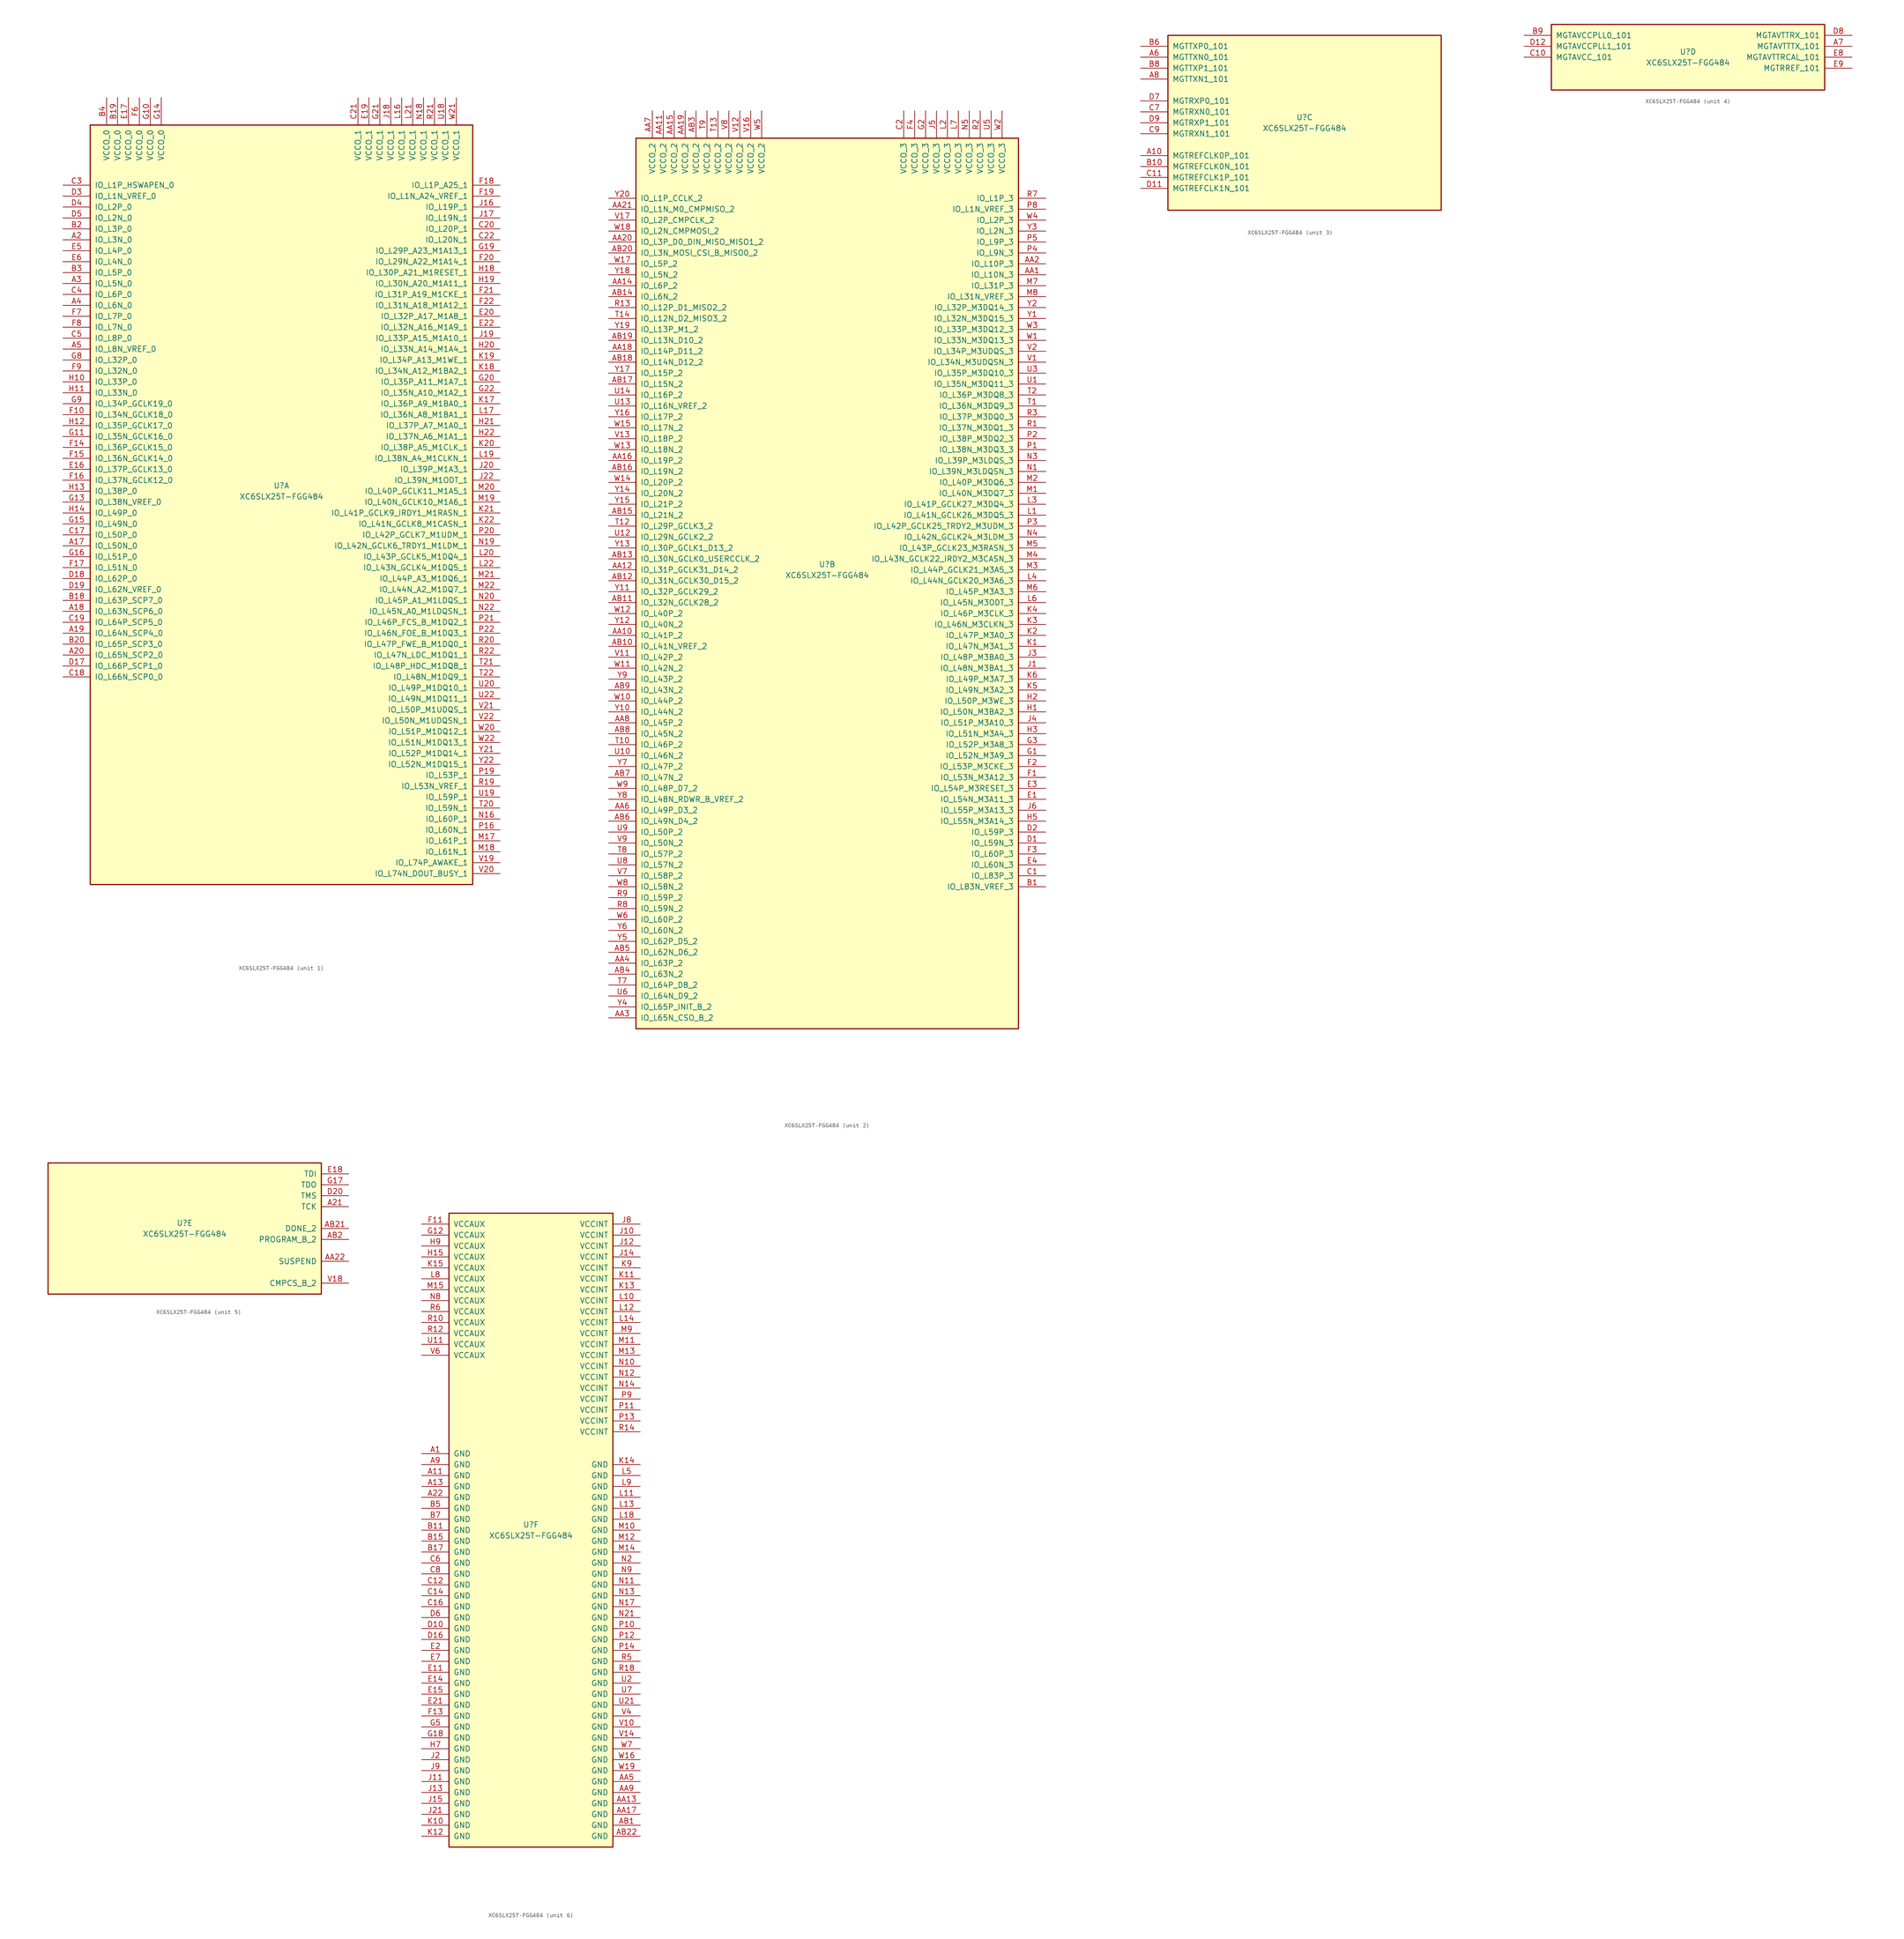
<source format=kicad_sym>
(kicad_symbol_lib
  (version 20220914)
  (generator kicad_symbol_editor)
  (symbol "XC6SLX25T-FGG484"
    (pin_names
      (offset 1.016))
    (property "Reference" "U"
      (at 0 1.27 0)
      (effects (font (size 1.27 1.27))))
    (property "Value" "XC6SLX25T-FGG484"
      (at 0 -1.27 0)
      (effects (font (size 1.27 1.27))))
    (property "Datasheet" ""
      (at 0 0 0)
      (effects (font (size 1.27 1.27))))
    (property "ki_locked" ""
      (at 0 0 0)
      (effects (font (size 1.27 1.27))))
    (symbol "XC6SLX25T-FGG484_1_1"
      (rectangle (start -44.45 85.09) (end 44.45 -91.44) (stroke (width 0.254) (type default)) (fill (type background)))
      (pin bidirectional line (at -50.8 -12.7 0) (length 6.35) (name "IO_L50N_0" (effects (font (size 1.27 1.27)))) (number "A17" (effects (font (size 1.27 1.27)))))
      (pin bidirectional line (at -50.8 -27.94 0) (length 6.35) (name "IO_L63N_SCP6_0" (effects (font (size 1.27 1.27)))) (number "A18" (effects (font (size 1.27 1.27)))))
      (pin bidirectional line (at -50.8 -33.02 0) (length 6.35) (name "IO_L64N_SCP4_0" (effects (font (size 1.27 1.27)))) (number "A19" (effects (font (size 1.27 1.27)))))
      (pin bidirectional line (at -50.8 58.42 0) (length 6.35) (name "IO_L3N_0" (effects (font (size 1.27 1.27)))) (number "A2" (effects (font (size 1.27 1.27)))))
      (pin bidirectional line (at -50.8 -38.1 0) (length 6.35) (name "IO_L65N_SCP2_0" (effects (font (size 1.27 1.27)))) (number "A20" (effects (font (size 1.27 1.27)))))
      (pin bidirectional line (at -50.8 48.26 0) (length 6.35) (name "IO_L5N_0" (effects (font (size 1.27 1.27)))) (number "A3" (effects (font (size 1.27 1.27)))))
      (pin bidirectional line (at -50.8 43.18 0) (length 6.35) (name "IO_L6N_0" (effects (font (size 1.27 1.27)))) (number "A4" (effects (font (size 1.27 1.27)))))
      (pin bidirectional line (at -50.8 33.02 0) (length 6.35) (name "IO_L8N_VREF_0" (effects (font (size 1.27 1.27)))) (number "A5" (effects (font (size 1.27 1.27)))))
      (pin bidirectional line (at -50.8 -25.4 0) (length 6.35) (name "IO_L63P_SCP7_0" (effects (font (size 1.27 1.27)))) (number "B18" (effects (font (size 1.27 1.27)))))
      (pin power_in line (at -38.1 91.44 270) (length 6.35) (name "VCCO_0" (effects (font (size 1.27 1.27)))) (number "B19" (effects (font (size 1.27 1.27)))))
      (pin bidirectional line (at -50.8 60.96 0) (length 6.35) (name "IO_L3P_0" (effects (font (size 1.27 1.27)))) (number "B2" (effects (font (size 1.27 1.27)))))
      (pin bidirectional line (at -50.8 -35.56 0) (length 6.35) (name "IO_L65P_SCP3_0" (effects (font (size 1.27 1.27)))) (number "B20" (effects (font (size 1.27 1.27)))))
      (pin bidirectional line (at -50.8 50.8 0) (length 6.35) (name "IO_L5P_0" (effects (font (size 1.27 1.27)))) (number "B3" (effects (font (size 1.27 1.27)))))
      (pin power_in line (at -40.64 91.44 270) (length 6.35) (name "VCCO_0" (effects (font (size 1.27 1.27)))) (number "B4" (effects (font (size 1.27 1.27)))))
      (pin bidirectional line (at -50.8 -10.16 0) (length 6.35) (name "IO_L50P_0" (effects (font (size 1.27 1.27)))) (number "C17" (effects (font (size 1.27 1.27)))))
      (pin bidirectional line (at -50.8 -43.18 0) (length 6.35) (name "IO_L66N_SCP0_0" (effects (font (size 1.27 1.27)))) (number "C18" (effects (font (size 1.27 1.27)))))
      (pin bidirectional line (at -50.8 -30.48 0) (length 6.35) (name "IO_L64P_SCP5_0" (effects (font (size 1.27 1.27)))) (number "C19" (effects (font (size 1.27 1.27)))))
      (pin bidirectional line (at 50.8 60.96 180) (length 6.35) (name "IO_L20P_1" (effects (font (size 1.27 1.27)))) (number "C20" (effects (font (size 1.27 1.27)))))
      (pin power_in line (at 17.78 91.44 270) (length 6.35) (name "VCCO_1" (effects (font (size 1.27 1.27)))) (number "C21" (effects (font (size 1.27 1.27)))))
      (pin bidirectional line (at 50.8 58.42 180) (length 6.35) (name "IO_L20N_1" (effects (font (size 1.27 1.27)))) (number "C22" (effects (font (size 1.27 1.27)))))
      (pin bidirectional line (at -50.8 71.12 0) (length 6.35) (name "IO_L1P_HSWAPEN_0" (effects (font (size 1.27 1.27)))) (number "C3" (effects (font (size 1.27 1.27)))))
      (pin bidirectional line (at -50.8 45.72 0) (length 6.35) (name "IO_L6P_0" (effects (font (size 1.27 1.27)))) (number "C4" (effects (font (size 1.27 1.27)))))
      (pin bidirectional line (at -50.8 35.56 0) (length 6.35) (name "IO_L8P_0" (effects (font (size 1.27 1.27)))) (number "C5" (effects (font (size 1.27 1.27)))))
      (pin bidirectional line (at -50.8 -40.64 0) (length 6.35) (name "IO_L66P_SCP1_0" (effects (font (size 1.27 1.27)))) (number "D17" (effects (font (size 1.27 1.27)))))
      (pin bidirectional line (at -50.8 -20.32 0) (length 6.35) (name "IO_L62P_0" (effects (font (size 1.27 1.27)))) (number "D18" (effects (font (size 1.27 1.27)))))
      (pin bidirectional line (at -50.8 -22.86 0) (length 6.35) (name "IO_L62N_VREF_0" (effects (font (size 1.27 1.27)))) (number "D19" (effects (font (size 1.27 1.27)))))
      (pin bidirectional line (at -50.8 68.58 0) (length 6.35) (name "IO_L1N_VREF_0" (effects (font (size 1.27 1.27)))) (number "D3" (effects (font (size 1.27 1.27)))))
      (pin bidirectional line (at -50.8 66.04 0) (length 6.35) (name "IO_L2P_0" (effects (font (size 1.27 1.27)))) (number "D4" (effects (font (size 1.27 1.27)))))
      (pin bidirectional line (at -50.8 63.5 0) (length 6.35) (name "IO_L2N_0" (effects (font (size 1.27 1.27)))) (number "D5" (effects (font (size 1.27 1.27)))))
      (pin bidirectional line (at -50.8 5.08 0) (length 6.35) (name "IO_L37P_GCLK13_0" (effects (font (size 1.27 1.27)))) (number "E16" (effects (font (size 1.27 1.27)))))
      (pin power_in line (at -35.56 91.44 270) (length 6.35) (name "VCCO_0" (effects (font (size 1.27 1.27)))) (number "E17" (effects (font (size 1.27 1.27)))))
      (pin power_in line (at 20.32 91.44 270) (length 6.35) (name "VCCO_1" (effects (font (size 1.27 1.27)))) (number "E19" (effects (font (size 1.27 1.27)))))
      (pin bidirectional line (at 50.8 40.64 180) (length 6.35) (name "IO_L32P_A17_M1A8_1" (effects (font (size 1.27 1.27)))) (number "E20" (effects (font (size 1.27 1.27)))))
      (pin bidirectional line (at 50.8 38.1 180) (length 6.35) (name "IO_L32N_A16_M1A9_1" (effects (font (size 1.27 1.27)))) (number "E22" (effects (font (size 1.27 1.27)))))
      (pin bidirectional line (at -50.8 55.88 0) (length 6.35) (name "IO_L4P_0" (effects (font (size 1.27 1.27)))) (number "E5" (effects (font (size 1.27 1.27)))))
      (pin bidirectional line (at -50.8 53.34 0) (length 6.35) (name "IO_L4N_0" (effects (font (size 1.27 1.27)))) (number "E6" (effects (font (size 1.27 1.27)))))
      (pin bidirectional line (at -50.8 17.78 0) (length 6.35) (name "IO_L34N_GCLK18_0" (effects (font (size 1.27 1.27)))) (number "F10" (effects (font (size 1.27 1.27)))))
      (pin bidirectional line (at -50.8 10.16 0) (length 6.35) (name "IO_L36P_GCLK15_0" (effects (font (size 1.27 1.27)))) (number "F14" (effects (font (size 1.27 1.27)))))
      (pin bidirectional line (at -50.8 7.62 0) (length 6.35) (name "IO_L36N_GCLK14_0" (effects (font (size 1.27 1.27)))) (number "F15" (effects (font (size 1.27 1.27)))))
      (pin bidirectional line (at -50.8 2.54 0) (length 6.35) (name "IO_L37N_GCLK12_0" (effects (font (size 1.27 1.27)))) (number "F16" (effects (font (size 1.27 1.27)))))
      (pin bidirectional line (at -50.8 -17.78 0) (length 6.35) (name "IO_L51N_0" (effects (font (size 1.27 1.27)))) (number "F17" (effects (font (size 1.27 1.27)))))
      (pin bidirectional line (at 50.8 71.12 180) (length 6.35) (name "IO_L1P_A25_1" (effects (font (size 1.27 1.27)))) (number "F18" (effects (font (size 1.27 1.27)))))
      (pin bidirectional line (at 50.8 68.58 180) (length 6.35) (name "IO_L1N_A24_VREF_1" (effects (font (size 1.27 1.27)))) (number "F19" (effects (font (size 1.27 1.27)))))
      (pin bidirectional line (at 50.8 53.34 180) (length 6.35) (name "IO_L29N_A22_M1A14_1" (effects (font (size 1.27 1.27)))) (number "F20" (effects (font (size 1.27 1.27)))))
      (pin bidirectional line (at 50.8 45.72 180) (length 6.35) (name "IO_L31P_A19_M1CKE_1" (effects (font (size 1.27 1.27)))) (number "F21" (effects (font (size 1.27 1.27)))))
      (pin bidirectional line (at 50.8 43.18 180) (length 6.35) (name "IO_L31N_A18_M1A12_1" (effects (font (size 1.27 1.27)))) (number "F22" (effects (font (size 1.27 1.27)))))
      (pin power_in line (at -33.02 91.44 270) (length 6.35) (name "VCCO_0" (effects (font (size 1.27 1.27)))) (number "F6" (effects (font (size 1.27 1.27)))))
      (pin bidirectional line (at -50.8 40.64 0) (length 6.35) (name "IO_L7P_0" (effects (font (size 1.27 1.27)))) (number "F7" (effects (font (size 1.27 1.27)))))
      (pin bidirectional line (at -50.8 38.1 0) (length 6.35) (name "IO_L7N_0" (effects (font (size 1.27 1.27)))) (number "F8" (effects (font (size 1.27 1.27)))))
      (pin bidirectional line (at -50.8 27.94 0) (length 6.35) (name "IO_L32N_0" (effects (font (size 1.27 1.27)))) (number "F9" (effects (font (size 1.27 1.27)))))
      (pin power_in line (at -30.48 91.44 270) (length 6.35) (name "VCCO_0" (effects (font (size 1.27 1.27)))) (number "G10" (effects (font (size 1.27 1.27)))))
      (pin bidirectional line (at -50.8 12.7 0) (length 6.35) (name "IO_L35N_GCLK16_0" (effects (font (size 1.27 1.27)))) (number "G11" (effects (font (size 1.27 1.27)))))
      (pin bidirectional line (at -50.8 -2.54 0) (length 6.35) (name "IO_L38N_VREF_0" (effects (font (size 1.27 1.27)))) (number "G13" (effects (font (size 1.27 1.27)))))
      (pin power_in line (at -27.94 91.44 270) (length 6.35) (name "VCCO_0" (effects (font (size 1.27 1.27)))) (number "G14" (effects (font (size 1.27 1.27)))))
      (pin bidirectional line (at -50.8 -7.62 0) (length 6.35) (name "IO_L49N_0" (effects (font (size 1.27 1.27)))) (number "G15" (effects (font (size 1.27 1.27)))))
      (pin bidirectional line (at -50.8 -15.24 0) (length 6.35) (name "IO_L51P_0" (effects (font (size 1.27 1.27)))) (number "G16" (effects (font (size 1.27 1.27)))))
      (pin bidirectional line (at 50.8 55.88 180) (length 6.35) (name "IO_L29P_A23_M1A13_1" (effects (font (size 1.27 1.27)))) (number "G19" (effects (font (size 1.27 1.27)))))
      (pin bidirectional line (at 50.8 25.4 180) (length 6.35) (name "IO_L35P_A11_M1A7_1" (effects (font (size 1.27 1.27)))) (number "G20" (effects (font (size 1.27 1.27)))))
      (pin power_in line (at 22.86 91.44 270) (length 6.35) (name "VCCO_1" (effects (font (size 1.27 1.27)))) (number "G21" (effects (font (size 1.27 1.27)))))
      (pin bidirectional line (at 50.8 22.86 180) (length 6.35) (name "IO_L35N_A10_M1A2_1" (effects (font (size 1.27 1.27)))) (number "G22" (effects (font (size 1.27 1.27)))))
      (pin bidirectional line (at -50.8 30.48 0) (length 6.35) (name "IO_L32P_0" (effects (font (size 1.27 1.27)))) (number "G8" (effects (font (size 1.27 1.27)))))
      (pin bidirectional line (at -50.8 20.32 0) (length 6.35) (name "IO_L34P_GCLK19_0" (effects (font (size 1.27 1.27)))) (number "G9" (effects (font (size 1.27 1.27)))))
      (pin bidirectional line (at -50.8 25.4 0) (length 6.35) (name "IO_L33P_0" (effects (font (size 1.27 1.27)))) (number "H10" (effects (font (size 1.27 1.27)))))
      (pin bidirectional line (at -50.8 22.86 0) (length 6.35) (name "IO_L33N_0" (effects (font (size 1.27 1.27)))) (number "H11" (effects (font (size 1.27 1.27)))))
      (pin bidirectional line (at -50.8 15.24 0) (length 6.35) (name "IO_L35P_GCLK17_0" (effects (font (size 1.27 1.27)))) (number "H12" (effects (font (size 1.27 1.27)))))
      (pin bidirectional line (at -50.8 0 0) (length 6.35) (name "IO_L38P_0" (effects (font (size 1.27 1.27)))) (number "H13" (effects (font (size 1.27 1.27)))))
      (pin bidirectional line (at -50.8 -5.08 0) (length 6.35) (name "IO_L49P_0" (effects (font (size 1.27 1.27)))) (number "H14" (effects (font (size 1.27 1.27)))))
      (pin bidirectional line (at 50.8 50.8 180) (length 6.35) (name "IO_L30P_A21_M1RESET_1" (effects (font (size 1.27 1.27)))) (number "H18" (effects (font (size 1.27 1.27)))))
      (pin bidirectional line (at 50.8 48.26 180) (length 6.35) (name "IO_L30N_A20_M1A11_1" (effects (font (size 1.27 1.27)))) (number "H19" (effects (font (size 1.27 1.27)))))
      (pin bidirectional line (at 50.8 33.02 180) (length 6.35) (name "IO_L33N_A14_M1A4_1" (effects (font (size 1.27 1.27)))) (number "H20" (effects (font (size 1.27 1.27)))))
      (pin bidirectional line (at 50.8 15.24 180) (length 6.35) (name "IO_L37P_A7_M1A0_1" (effects (font (size 1.27 1.27)))) (number "H21" (effects (font (size 1.27 1.27)))))
      (pin bidirectional line (at 50.8 12.7 180) (length 6.35) (name "IO_L37N_A6_M1A1_1" (effects (font (size 1.27 1.27)))) (number "H22" (effects (font (size 1.27 1.27)))))
      (pin bidirectional line (at 50.8 66.04 180) (length 6.35) (name "IO_L19P_1" (effects (font (size 1.27 1.27)))) (number "J16" (effects (font (size 1.27 1.27)))))
      (pin bidirectional line (at 50.8 63.5 180) (length 6.35) (name "IO_L19N_1" (effects (font (size 1.27 1.27)))) (number "J17" (effects (font (size 1.27 1.27)))))
      (pin power_in line (at 25.4 91.44 270) (length 6.35) (name "VCCO_1" (effects (font (size 1.27 1.27)))) (number "J18" (effects (font (size 1.27 1.27)))))
      (pin bidirectional line (at 50.8 35.56 180) (length 6.35) (name "IO_L33P_A15_M1A10_1" (effects (font (size 1.27 1.27)))) (number "J19" (effects (font (size 1.27 1.27)))))
      (pin bidirectional line (at 50.8 5.08 180) (length 6.35) (name "IO_L39P_M1A3_1" (effects (font (size 1.27 1.27)))) (number "J20" (effects (font (size 1.27 1.27)))))
      (pin bidirectional line (at 50.8 2.54 180) (length 6.35) (name "IO_L39N_M1ODT_1" (effects (font (size 1.27 1.27)))) (number "J22" (effects (font (size 1.27 1.27)))))
      (pin bidirectional line (at 50.8 20.32 180) (length 6.35) (name "IO_L36P_A9_M1BA0_1" (effects (font (size 1.27 1.27)))) (number "K17" (effects (font (size 1.27 1.27)))))
      (pin bidirectional line (at 50.8 27.94 180) (length 6.35) (name "IO_L34N_A12_M1BA2_1" (effects (font (size 1.27 1.27)))) (number "K18" (effects (font (size 1.27 1.27)))))
      (pin bidirectional line (at 50.8 30.48 180) (length 6.35) (name "IO_L34P_A13_M1WE_1" (effects (font (size 1.27 1.27)))) (number "K19" (effects (font (size 1.27 1.27)))))
      (pin bidirectional line (at 50.8 10.16 180) (length 6.35) (name "IO_L38P_A5_M1CLK_1" (effects (font (size 1.27 1.27)))) (number "K20" (effects (font (size 1.27 1.27)))))
      (pin bidirectional line (at 50.8 -5.08 180) (length 6.35) (name "IO_L41P_GCLK9_IRDY1_M1RASN_1" (effects (font (size 1.27 1.27)))) (number "K21" (effects (font (size 1.27 1.27)))))
      (pin bidirectional line (at 50.8 -7.62 180) (length 6.35) (name "IO_L41N_GCLK8_M1CASN_1" (effects (font (size 1.27 1.27)))) (number "K22" (effects (font (size 1.27 1.27)))))
      (pin power_in line (at 27.94 91.44 270) (length 6.35) (name "VCCO_1" (effects (font (size 1.27 1.27)))) (number "L16" (effects (font (size 1.27 1.27)))))
      (pin bidirectional line (at 50.8 17.78 180) (length 6.35) (name "IO_L36N_A8_M1BA1_1" (effects (font (size 1.27 1.27)))) (number "L17" (effects (font (size 1.27 1.27)))))
      (pin bidirectional line (at 50.8 7.62 180) (length 6.35) (name "IO_L38N_A4_M1CLKN_1" (effects (font (size 1.27 1.27)))) (number "L19" (effects (font (size 1.27 1.27)))))
      (pin bidirectional line (at 50.8 -15.24 180) (length 6.35) (name "IO_L43P_GCLK5_M1DQ4_1" (effects (font (size 1.27 1.27)))) (number "L20" (effects (font (size 1.27 1.27)))))
      (pin power_in line (at 30.48 91.44 270) (length 6.35) (name "VCCO_1" (effects (font (size 1.27 1.27)))) (number "L21" (effects (font (size 1.27 1.27)))))
      (pin bidirectional line (at 50.8 -17.78 180) (length 6.35) (name "IO_L43N_GCLK4_M1DQ5_1" (effects (font (size 1.27 1.27)))) (number "L22" (effects (font (size 1.27 1.27)))))
      (pin bidirectional line (at 50.8 -81.28 180) (length 6.35) (name "IO_L61P_1" (effects (font (size 1.27 1.27)))) (number "M17" (effects (font (size 1.27 1.27)))))
      (pin bidirectional line (at 50.8 -83.82 180) (length 6.35) (name "IO_L61N_1" (effects (font (size 1.27 1.27)))) (number "M18" (effects (font (size 1.27 1.27)))))
      (pin bidirectional line (at 50.8 -2.54 180) (length 6.35) (name "IO_L40N_GCLK10_M1A6_1" (effects (font (size 1.27 1.27)))) (number "M19" (effects (font (size 1.27 1.27)))))
      (pin bidirectional line (at 50.8 0 180) (length 6.35) (name "IO_L40P_GCLK11_M1A5_1" (effects (font (size 1.27 1.27)))) (number "M20" (effects (font (size 1.27 1.27)))))
      (pin bidirectional line (at 50.8 -20.32 180) (length 6.35) (name "IO_L44P_A3_M1DQ6_1" (effects (font (size 1.27 1.27)))) (number "M21" (effects (font (size 1.27 1.27)))))
      (pin bidirectional line (at 50.8 -22.86 180) (length 6.35) (name "IO_L44N_A2_M1DQ7_1" (effects (font (size 1.27 1.27)))) (number "M22" (effects (font (size 1.27 1.27)))))
      (pin bidirectional line (at 50.8 -76.2 180) (length 6.35) (name "IO_L60P_1" (effects (font (size 1.27 1.27)))) (number "N16" (effects (font (size 1.27 1.27)))))
      (pin power_in line (at 33.02 91.44 270) (length 6.35) (name "VCCO_1" (effects (font (size 1.27 1.27)))) (number "N18" (effects (font (size 1.27 1.27)))))
      (pin bidirectional line (at 50.8 -12.7 180) (length 6.35) (name "IO_L42N_GCLK6_TRDY1_M1LDM_1" (effects (font (size 1.27 1.27)))) (number "N19" (effects (font (size 1.27 1.27)))))
      (pin bidirectional line (at 50.8 -25.4 180) (length 6.35) (name "IO_L45P_A1_M1LDQS_1" (effects (font (size 1.27 1.27)))) (number "N20" (effects (font (size 1.27 1.27)))))
      (pin bidirectional line (at 50.8 -27.94 180) (length 6.35) (name "IO_L45N_A0_M1LDQSN_1" (effects (font (size 1.27 1.27)))) (number "N22" (effects (font (size 1.27 1.27)))))
      (pin bidirectional line (at 50.8 -78.74 180) (length 6.35) (name "IO_L60N_1" (effects (font (size 1.27 1.27)))) (number "P16" (effects (font (size 1.27 1.27)))))
      (pin bidirectional line (at 50.8 -66.04 180) (length 6.35) (name "IO_L53P_1" (effects (font (size 1.27 1.27)))) (number "P19" (effects (font (size 1.27 1.27)))))
      (pin bidirectional line (at 50.8 -10.16 180) (length 6.35) (name "IO_L42P_GCLK7_M1UDM_1" (effects (font (size 1.27 1.27)))) (number "P20" (effects (font (size 1.27 1.27)))))
      (pin bidirectional line (at 50.8 -30.48 180) (length 6.35) (name "IO_L46P_FCS_B_M1DQ2_1" (effects (font (size 1.27 1.27)))) (number "P21" (effects (font (size 1.27 1.27)))))
      (pin bidirectional line (at 50.8 -33.02 180) (length 6.35) (name "IO_L46N_FOE_B_M1DQ3_1" (effects (font (size 1.27 1.27)))) (number "P22" (effects (font (size 1.27 1.27)))))
      (pin bidirectional line (at 50.8 -68.58 180) (length 6.35) (name "IO_L53N_VREF_1" (effects (font (size 1.27 1.27)))) (number "R19" (effects (font (size 1.27 1.27)))))
      (pin bidirectional line (at 50.8 -35.56 180) (length 6.35) (name "IO_L47P_FWE_B_M1DQ0_1" (effects (font (size 1.27 1.27)))) (number "R20" (effects (font (size 1.27 1.27)))))
      (pin power_in line (at 35.56 91.44 270) (length 6.35) (name "VCCO_1" (effects (font (size 1.27 1.27)))) (number "R21" (effects (font (size 1.27 1.27)))))
      (pin bidirectional line (at 50.8 -38.1 180) (length 6.35) (name "IO_L47N_LDC_M1DQ1_1" (effects (font (size 1.27 1.27)))) (number "R22" (effects (font (size 1.27 1.27)))))
      (pin bidirectional line (at 50.8 -73.66 180) (length 6.35) (name "IO_L59N_1" (effects (font (size 1.27 1.27)))) (number "T20" (effects (font (size 1.27 1.27)))))
      (pin bidirectional line (at 50.8 -40.64 180) (length 6.35) (name "IO_L48P_HDC_M1DQ8_1" (effects (font (size 1.27 1.27)))) (number "T21" (effects (font (size 1.27 1.27)))))
      (pin bidirectional line (at 50.8 -43.18 180) (length 6.35) (name "IO_L48N_M1DQ9_1" (effects (font (size 1.27 1.27)))) (number "T22" (effects (font (size 1.27 1.27)))))
      (pin power_in line (at 38.1 91.44 270) (length 6.35) (name "VCCO_1" (effects (font (size 1.27 1.27)))) (number "U18" (effects (font (size 1.27 1.27)))))
      (pin bidirectional line (at 50.8 -71.12 180) (length 6.35) (name "IO_L59P_1" (effects (font (size 1.27 1.27)))) (number "U19" (effects (font (size 1.27 1.27)))))
      (pin bidirectional line (at 50.8 -45.72 180) (length 6.35) (name "IO_L49P_M1DQ10_1" (effects (font (size 1.27 1.27)))) (number "U20" (effects (font (size 1.27 1.27)))))
      (pin bidirectional line (at 50.8 -48.26 180) (length 6.35) (name "IO_L49N_M1DQ11_1" (effects (font (size 1.27 1.27)))) (number "U22" (effects (font (size 1.27 1.27)))))
      (pin bidirectional line (at 50.8 -86.36 180) (length 6.35) (name "IO_L74P_AWAKE_1" (effects (font (size 1.27 1.27)))) (number "V19" (effects (font (size 1.27 1.27)))))
      (pin bidirectional line (at 50.8 -88.9 180) (length 6.35) (name "IO_L74N_DOUT_BUSY_1" (effects (font (size 1.27 1.27)))) (number "V20" (effects (font (size 1.27 1.27)))))
      (pin bidirectional line (at 50.8 -50.8 180) (length 6.35) (name "IO_L50P_M1UDQS_1" (effects (font (size 1.27 1.27)))) (number "V21" (effects (font (size 1.27 1.27)))))
      (pin bidirectional line (at 50.8 -53.34 180) (length 6.35) (name "IO_L50N_M1UDQSN_1" (effects (font (size 1.27 1.27)))) (number "V22" (effects (font (size 1.27 1.27)))))
      (pin bidirectional line (at 50.8 -55.88 180) (length 6.35) (name "IO_L51P_M1DQ12_1" (effects (font (size 1.27 1.27)))) (number "W20" (effects (font (size 1.27 1.27)))))
      (pin power_in line (at 40.64 91.44 270) (length 6.35) (name "VCCO_1" (effects (font (size 1.27 1.27)))) (number "W21" (effects (font (size 1.27 1.27)))))
      (pin bidirectional line (at 50.8 -58.42 180) (length 6.35) (name "IO_L51N_M1DQ13_1" (effects (font (size 1.27 1.27)))) (number "W22" (effects (font (size 1.27 1.27)))))
      (pin bidirectional line (at 50.8 -60.96 180) (length 6.35) (name "IO_L52P_M1DQ14_1" (effects (font (size 1.27 1.27)))) (number "Y21" (effects (font (size 1.27 1.27)))))
      (pin bidirectional line (at 50.8 -63.5 180) (length 6.35) (name "IO_L52N_M1DQ15_1" (effects (font (size 1.27 1.27)))) (number "Y22" (effects (font (size 1.27 1.27))))))
    (symbol "XC6SLX25T-FGG484_2_1"
      (rectangle (start -44.45 100.33) (end 44.45 -106.68) (stroke (width 0.254) (type default)) (fill (type background)))
      (pin bidirectional line (at 50.8 68.58 180) (length 6.35) (name "IO_L10N_3" (effects (font (size 1.27 1.27)))) (number "AA1" (effects (font (size 1.27 1.27)))))
      (pin bidirectional line (at -50.8 -15.24 0) (length 6.35) (name "IO_L41P_2" (effects (font (size 1.27 1.27)))) (number "AA10" (effects (font (size 1.27 1.27)))))
      (pin power_in line (at -38.1 106.68 270) (length 6.35) (name "VCCO_2" (effects (font (size 1.27 1.27)))) (number "AA11" (effects (font (size 1.27 1.27)))))
      (pin bidirectional line (at -50.8 0 0) (length 6.35) (name "IO_L31P_GCLK31_D14_2" (effects (font (size 1.27 1.27)))) (number "AA12" (effects (font (size 1.27 1.27)))))
      (pin bidirectional line (at -50.8 66.04 0) (length 6.35) (name "IO_L6P_2" (effects (font (size 1.27 1.27)))) (number "AA14" (effects (font (size 1.27 1.27)))))
      (pin power_in line (at -35.56 106.68 270) (length 6.35) (name "VCCO_2" (effects (font (size 1.27 1.27)))) (number "AA15" (effects (font (size 1.27 1.27)))))
      (pin bidirectional line (at -50.8 25.4 0) (length 6.35) (name "IO_L19P_2" (effects (font (size 1.27 1.27)))) (number "AA16" (effects (font (size 1.27 1.27)))))
      (pin bidirectional line (at -50.8 50.8 0) (length 6.35) (name "IO_L14P_D11_2" (effects (font (size 1.27 1.27)))) (number "AA18" (effects (font (size 1.27 1.27)))))
      (pin power_in line (at -33.02 106.68 270) (length 6.35) (name "VCCO_2" (effects (font (size 1.27 1.27)))) (number "AA19" (effects (font (size 1.27 1.27)))))
      (pin bidirectional line (at 50.8 71.12 180) (length 6.35) (name "IO_L10P_3" (effects (font (size 1.27 1.27)))) (number "AA2" (effects (font (size 1.27 1.27)))))
      (pin bidirectional line (at -50.8 76.2 0) (length 6.35) (name "IO_L3P_D0_DIN_MISO_MISO1_2" (effects (font (size 1.27 1.27)))) (number "AA20" (effects (font (size 1.27 1.27)))))
      (pin bidirectional line (at -50.8 83.82 0) (length 6.35) (name "IO_L1N_M0_CMPMISO_2" (effects (font (size 1.27 1.27)))) (number "AA21" (effects (font (size 1.27 1.27)))))
      (pin bidirectional line (at -50.8 -104.14 0) (length 6.35) (name "IO_L65N_CSO_B_2" (effects (font (size 1.27 1.27)))) (number "AA3" (effects (font (size 1.27 1.27)))))
      (pin bidirectional line (at -50.8 -91.44 0) (length 6.35) (name "IO_L63P_2" (effects (font (size 1.27 1.27)))) (number "AA4" (effects (font (size 1.27 1.27)))))
      (pin bidirectional line (at -50.8 -55.88 0) (length 6.35) (name "IO_L49P_D3_2" (effects (font (size 1.27 1.27)))) (number "AA6" (effects (font (size 1.27 1.27)))))
      (pin power_in line (at -40.64 106.68 270) (length 6.35) (name "VCCO_2" (effects (font (size 1.27 1.27)))) (number "AA7" (effects (font (size 1.27 1.27)))))
      (pin bidirectional line (at -50.8 -35.56 0) (length 6.35) (name "IO_L45P_2" (effects (font (size 1.27 1.27)))) (number "AA8" (effects (font (size 1.27 1.27)))))
      (pin bidirectional line (at -50.8 -17.78 0) (length 6.35) (name "IO_L41N_VREF_2" (effects (font (size 1.27 1.27)))) (number "AB10" (effects (font (size 1.27 1.27)))))
      (pin bidirectional line (at -50.8 -7.62 0) (length 6.35) (name "IO_L32N_GCLK28_2" (effects (font (size 1.27 1.27)))) (number "AB11" (effects (font (size 1.27 1.27)))))
      (pin bidirectional line (at -50.8 -2.54 0) (length 6.35) (name "IO_L31N_GCLK30_D15_2" (effects (font (size 1.27 1.27)))) (number "AB12" (effects (font (size 1.27 1.27)))))
      (pin bidirectional line (at -50.8 2.54 0) (length 6.35) (name "IO_L30N_GCLK0_USERCCLK_2" (effects (font (size 1.27 1.27)))) (number "AB13" (effects (font (size 1.27 1.27)))))
      (pin bidirectional line (at -50.8 63.5 0) (length 6.35) (name "IO_L6N_2" (effects (font (size 1.27 1.27)))) (number "AB14" (effects (font (size 1.27 1.27)))))
      (pin bidirectional line (at -50.8 12.7 0) (length 6.35) (name "IO_L21N_2" (effects (font (size 1.27 1.27)))) (number "AB15" (effects (font (size 1.27 1.27)))))
      (pin bidirectional line (at -50.8 22.86 0) (length 6.35) (name "IO_L19N_2" (effects (font (size 1.27 1.27)))) (number "AB16" (effects (font (size 1.27 1.27)))))
      (pin bidirectional line (at -50.8 43.18 0) (length 6.35) (name "IO_L15N_2" (effects (font (size 1.27 1.27)))) (number "AB17" (effects (font (size 1.27 1.27)))))
      (pin bidirectional line (at -50.8 48.26 0) (length 6.35) (name "IO_L14N_D12_2" (effects (font (size 1.27 1.27)))) (number "AB18" (effects (font (size 1.27 1.27)))))
      (pin bidirectional line (at -50.8 53.34 0) (length 6.35) (name "IO_L13N_D10_2" (effects (font (size 1.27 1.27)))) (number "AB19" (effects (font (size 1.27 1.27)))))
      (pin bidirectional line (at -50.8 73.66 0) (length 6.35) (name "IO_L3N_MOSI_CSI_B_MISO0_2" (effects (font (size 1.27 1.27)))) (number "AB20" (effects (font (size 1.27 1.27)))))
      (pin power_in line (at -30.48 106.68 270) (length 6.35) (name "VCCO_2" (effects (font (size 1.27 1.27)))) (number "AB3" (effects (font (size 1.27 1.27)))))
      (pin bidirectional line (at -50.8 -93.98 0) (length 6.35) (name "IO_L63N_2" (effects (font (size 1.27 1.27)))) (number "AB4" (effects (font (size 1.27 1.27)))))
      (pin bidirectional line (at -50.8 -88.9 0) (length 6.35) (name "IO_L62N_D6_2" (effects (font (size 1.27 1.27)))) (number "AB5" (effects (font (size 1.27 1.27)))))
      (pin bidirectional line (at -50.8 -58.42 0) (length 6.35) (name "IO_L49N_D4_2" (effects (font (size 1.27 1.27)))) (number "AB6" (effects (font (size 1.27 1.27)))))
      (pin bidirectional line (at -50.8 -48.26 0) (length 6.35) (name "IO_L47N_2" (effects (font (size 1.27 1.27)))) (number "AB7" (effects (font (size 1.27 1.27)))))
      (pin bidirectional line (at -50.8 -38.1 0) (length 6.35) (name "IO_L45N_2" (effects (font (size 1.27 1.27)))) (number "AB8" (effects (font (size 1.27 1.27)))))
      (pin bidirectional line (at -50.8 -27.94 0) (length 6.35) (name "IO_L43N_2" (effects (font (size 1.27 1.27)))) (number "AB9" (effects (font (size 1.27 1.27)))))
      (pin bidirectional line (at 50.8 -73.66 180) (length 6.35) (name "IO_L83N_VREF_3" (effects (font (size 1.27 1.27)))) (number "B1" (effects (font (size 1.27 1.27)))))
      (pin bidirectional line (at 50.8 -71.12 180) (length 6.35) (name "IO_L83P_3" (effects (font (size 1.27 1.27)))) (number "C1" (effects (font (size 1.27 1.27)))))
      (pin power_in line (at 17.78 106.68 270) (length 6.35) (name "VCCO_3" (effects (font (size 1.27 1.27)))) (number "C2" (effects (font (size 1.27 1.27)))))
      (pin bidirectional line (at 50.8 -63.5 180) (length 6.35) (name "IO_L59N_3" (effects (font (size 1.27 1.27)))) (number "D1" (effects (font (size 1.27 1.27)))))
      (pin bidirectional line (at 50.8 -60.96 180) (length 6.35) (name "IO_L59P_3" (effects (font (size 1.27 1.27)))) (number "D2" (effects (font (size 1.27 1.27)))))
      (pin bidirectional line (at 50.8 -53.34 180) (length 6.35) (name "IO_L54N_M3A11_3" (effects (font (size 1.27 1.27)))) (number "E1" (effects (font (size 1.27 1.27)))))
      (pin bidirectional line (at 50.8 -50.8 180) (length 6.35) (name "IO_L54P_M3RESET_3" (effects (font (size 1.27 1.27)))) (number "E3" (effects (font (size 1.27 1.27)))))
      (pin bidirectional line (at 50.8 -68.58 180) (length 6.35) (name "IO_L60N_3" (effects (font (size 1.27 1.27)))) (number "E4" (effects (font (size 1.27 1.27)))))
      (pin bidirectional line (at 50.8 -48.26 180) (length 6.35) (name "IO_L53N_M3A12_3" (effects (font (size 1.27 1.27)))) (number "F1" (effects (font (size 1.27 1.27)))))
      (pin bidirectional line (at 50.8 -45.72 180) (length 6.35) (name "IO_L53P_M3CKE_3" (effects (font (size 1.27 1.27)))) (number "F2" (effects (font (size 1.27 1.27)))))
      (pin bidirectional line (at 50.8 -66.04 180) (length 6.35) (name "IO_L60P_3" (effects (font (size 1.27 1.27)))) (number "F3" (effects (font (size 1.27 1.27)))))
      (pin power_in line (at 20.32 106.68 270) (length 6.35) (name "VCCO_3" (effects (font (size 1.27 1.27)))) (number "F4" (effects (font (size 1.27 1.27)))))
      (pin bidirectional line (at 50.8 -43.18 180) (length 6.35) (name "IO_L52N_M3A9_3" (effects (font (size 1.27 1.27)))) (number "G1" (effects (font (size 1.27 1.27)))))
      (pin power_in line (at 22.86 106.68 270) (length 6.35) (name "VCCO_3" (effects (font (size 1.27 1.27)))) (number "G2" (effects (font (size 1.27 1.27)))))
      (pin bidirectional line (at 50.8 -40.64 180) (length 6.35) (name "IO_L52P_M3A8_3" (effects (font (size 1.27 1.27)))) (number "G3" (effects (font (size 1.27 1.27)))))
      (pin bidirectional line (at 50.8 -33.02 180) (length 6.35) (name "IO_L50N_M3BA2_3" (effects (font (size 1.27 1.27)))) (number "H1" (effects (font (size 1.27 1.27)))))
      (pin bidirectional line (at 50.8 -30.48 180) (length 6.35) (name "IO_L50P_M3WE_3" (effects (font (size 1.27 1.27)))) (number "H2" (effects (font (size 1.27 1.27)))))
      (pin bidirectional line (at 50.8 -38.1 180) (length 6.35) (name "IO_L51N_M3A4_3" (effects (font (size 1.27 1.27)))) (number "H3" (effects (font (size 1.27 1.27)))))
      (pin bidirectional line (at 50.8 -58.42 180) (length 6.35) (name "IO_L55N_M3A14_3" (effects (font (size 1.27 1.27)))) (number "H5" (effects (font (size 1.27 1.27)))))
      (pin bidirectional line (at 50.8 -22.86 180) (length 6.35) (name "IO_L48N_M3BA1_3" (effects (font (size 1.27 1.27)))) (number "J1" (effects (font (size 1.27 1.27)))))
      (pin bidirectional line (at 50.8 -20.32 180) (length 6.35) (name "IO_L48P_M3BA0_3" (effects (font (size 1.27 1.27)))) (number "J3" (effects (font (size 1.27 1.27)))))
      (pin bidirectional line (at 50.8 -35.56 180) (length 6.35) (name "IO_L51P_M3A10_3" (effects (font (size 1.27 1.27)))) (number "J4" (effects (font (size 1.27 1.27)))))
      (pin power_in line (at 25.4 106.68 270) (length 6.35) (name "VCCO_3" (effects (font (size 1.27 1.27)))) (number "J5" (effects (font (size 1.27 1.27)))))
      (pin bidirectional line (at 50.8 -55.88 180) (length 6.35) (name "IO_L55P_M3A13_3" (effects (font (size 1.27 1.27)))) (number "J6" (effects (font (size 1.27 1.27)))))
      (pin bidirectional line (at 50.8 -17.78 180) (length 6.35) (name "IO_L47N_M3A1_3" (effects (font (size 1.27 1.27)))) (number "K1" (effects (font (size 1.27 1.27)))))
      (pin bidirectional line (at 50.8 -15.24 180) (length 6.35) (name "IO_L47P_M3A0_3" (effects (font (size 1.27 1.27)))) (number "K2" (effects (font (size 1.27 1.27)))))
      (pin bidirectional line (at 50.8 -12.7 180) (length 6.35) (name "IO_L46N_M3CLKN_3" (effects (font (size 1.27 1.27)))) (number "K3" (effects (font (size 1.27 1.27)))))
      (pin bidirectional line (at 50.8 -10.16 180) (length 6.35) (name "IO_L46P_M3CLK_3" (effects (font (size 1.27 1.27)))) (number "K4" (effects (font (size 1.27 1.27)))))
      (pin bidirectional line (at 50.8 -27.94 180) (length 6.35) (name "IO_L49N_M3A2_3" (effects (font (size 1.27 1.27)))) (number "K5" (effects (font (size 1.27 1.27)))))
      (pin bidirectional line (at 50.8 -25.4 180) (length 6.35) (name "IO_L49P_M3A7_3" (effects (font (size 1.27 1.27)))) (number "K6" (effects (font (size 1.27 1.27)))))
      (pin bidirectional line (at 50.8 12.7 180) (length 6.35) (name "IO_L41N_GCLK26_M3DQ5_3" (effects (font (size 1.27 1.27)))) (number "L1" (effects (font (size 1.27 1.27)))))
      (pin power_in line (at 27.94 106.68 270) (length 6.35) (name "VCCO_3" (effects (font (size 1.27 1.27)))) (number "L2" (effects (font (size 1.27 1.27)))))
      (pin bidirectional line (at 50.8 15.24 180) (length 6.35) (name "IO_L41P_GCLK27_M3DQ4_3" (effects (font (size 1.27 1.27)))) (number "L3" (effects (font (size 1.27 1.27)))))
      (pin bidirectional line (at 50.8 -2.54 180) (length 6.35) (name "IO_L44N_GCLK20_M3A6_3" (effects (font (size 1.27 1.27)))) (number "L4" (effects (font (size 1.27 1.27)))))
      (pin bidirectional line (at 50.8 -7.62 180) (length 6.35) (name "IO_L45N_M3ODT_3" (effects (font (size 1.27 1.27)))) (number "L6" (effects (font (size 1.27 1.27)))))
      (pin power_in line (at 30.48 106.68 270) (length 6.35) (name "VCCO_3" (effects (font (size 1.27 1.27)))) (number "L7" (effects (font (size 1.27 1.27)))))
      (pin bidirectional line (at 50.8 17.78 180) (length 6.35) (name "IO_L40N_M3DQ7_3" (effects (font (size 1.27 1.27)))) (number "M1" (effects (font (size 1.27 1.27)))))
      (pin bidirectional line (at 50.8 20.32 180) (length 6.35) (name "IO_L40P_M3DQ6_3" (effects (font (size 1.27 1.27)))) (number "M2" (effects (font (size 1.27 1.27)))))
      (pin bidirectional line (at 50.8 0 180) (length 6.35) (name "IO_L44P_GCLK21_M3A5_3" (effects (font (size 1.27 1.27)))) (number "M3" (effects (font (size 1.27 1.27)))))
      (pin bidirectional line (at 50.8 2.54 180) (length 6.35) (name "IO_L43N_GCLK22_IRDY2_M3CASN_3" (effects (font (size 1.27 1.27)))) (number "M4" (effects (font (size 1.27 1.27)))))
      (pin bidirectional line (at 50.8 5.08 180) (length 6.35) (name "IO_L43P_GCLK23_M3RASN_3" (effects (font (size 1.27 1.27)))) (number "M5" (effects (font (size 1.27 1.27)))))
      (pin bidirectional line (at 50.8 -5.08 180) (length 6.35) (name "IO_L45P_M3A3_3" (effects (font (size 1.27 1.27)))) (number "M6" (effects (font (size 1.27 1.27)))))
      (pin bidirectional line (at 50.8 66.04 180) (length 6.35) (name "IO_L31P_3" (effects (font (size 1.27 1.27)))) (number "M7" (effects (font (size 1.27 1.27)))))
      (pin bidirectional line (at 50.8 63.5 180) (length 6.35) (name "IO_L31N_VREF_3" (effects (font (size 1.27 1.27)))) (number "M8" (effects (font (size 1.27 1.27)))))
      (pin bidirectional line (at 50.8 22.86 180) (length 6.35) (name "IO_L39N_M3LDQSN_3" (effects (font (size 1.27 1.27)))) (number "N1" (effects (font (size 1.27 1.27)))))
      (pin bidirectional line (at 50.8 25.4 180) (length 6.35) (name "IO_L39P_M3LDQS_3" (effects (font (size 1.27 1.27)))) (number "N3" (effects (font (size 1.27 1.27)))))
      (pin bidirectional line (at 50.8 7.62 180) (length 6.35) (name "IO_L42N_GCLK24_M3LDM_3" (effects (font (size 1.27 1.27)))) (number "N4" (effects (font (size 1.27 1.27)))))
      (pin power_in line (at 33.02 106.68 270) (length 6.35) (name "VCCO_3" (effects (font (size 1.27 1.27)))) (number "N5" (effects (font (size 1.27 1.27)))))
      (pin bidirectional line (at 50.8 27.94 180) (length 6.35) (name "IO_L38N_M3DQ3_3" (effects (font (size 1.27 1.27)))) (number "P1" (effects (font (size 1.27 1.27)))))
      (pin bidirectional line (at 50.8 30.48 180) (length 6.35) (name "IO_L38P_M3DQ2_3" (effects (font (size 1.27 1.27)))) (number "P2" (effects (font (size 1.27 1.27)))))
      (pin bidirectional line (at 50.8 10.16 180) (length 6.35) (name "IO_L42P_GCLK25_TRDY2_M3UDM_3" (effects (font (size 1.27 1.27)))) (number "P3" (effects (font (size 1.27 1.27)))))
      (pin bidirectional line (at 50.8 73.66 180) (length 6.35) (name "IO_L9N_3" (effects (font (size 1.27 1.27)))) (number "P4" (effects (font (size 1.27 1.27)))))
      (pin bidirectional line (at 50.8 76.2 180) (length 6.35) (name "IO_L9P_3" (effects (font (size 1.27 1.27)))) (number "P5" (effects (font (size 1.27 1.27)))))
      (pin bidirectional line (at 50.8 83.82 180) (length 6.35) (name "IO_L1N_VREF_3" (effects (font (size 1.27 1.27)))) (number "P8" (effects (font (size 1.27 1.27)))))
      (pin bidirectional line (at 50.8 33.02 180) (length 6.35) (name "IO_L37N_M3DQ1_3" (effects (font (size 1.27 1.27)))) (number "R1" (effects (font (size 1.27 1.27)))))
      (pin bidirectional line (at -50.8 60.96 0) (length 6.35) (name "IO_L12P_D1_MISO2_2" (effects (font (size 1.27 1.27)))) (number "R13" (effects (font (size 1.27 1.27)))))
      (pin power_in line (at 35.56 106.68 270) (length 6.35) (name "VCCO_3" (effects (font (size 1.27 1.27)))) (number "R2" (effects (font (size 1.27 1.27)))))
      (pin bidirectional line (at 50.8 35.56 180) (length 6.35) (name "IO_L37P_M3DQ0_3" (effects (font (size 1.27 1.27)))) (number "R3" (effects (font (size 1.27 1.27)))))
      (pin bidirectional line (at 50.8 86.36 180) (length 6.35) (name "IO_L1P_3" (effects (font (size 1.27 1.27)))) (number "R7" (effects (font (size 1.27 1.27)))))
      (pin bidirectional line (at -50.8 -78.74 0) (length 6.35) (name "IO_L59N_2" (effects (font (size 1.27 1.27)))) (number "R8" (effects (font (size 1.27 1.27)))))
      (pin bidirectional line (at -50.8 -76.2 0) (length 6.35) (name "IO_L59P_2" (effects (font (size 1.27 1.27)))) (number "R9" (effects (font (size 1.27 1.27)))))
      (pin bidirectional line (at 50.8 38.1 180) (length 6.35) (name "IO_L36N_M3DQ9_3" (effects (font (size 1.27 1.27)))) (number "T1" (effects (font (size 1.27 1.27)))))
      (pin bidirectional line (at -50.8 -40.64 0) (length 6.35) (name "IO_L46P_2" (effects (font (size 1.27 1.27)))) (number "T10" (effects (font (size 1.27 1.27)))))
      (pin bidirectional line (at -50.8 10.16 0) (length 6.35) (name "IO_L29P_GCLK3_2" (effects (font (size 1.27 1.27)))) (number "T12" (effects (font (size 1.27 1.27)))))
      (pin power_in line (at -25.4 106.68 270) (length 6.35) (name "VCCO_2" (effects (font (size 1.27 1.27)))) (number "T13" (effects (font (size 1.27 1.27)))))
      (pin bidirectional line (at -50.8 58.42 0) (length 6.35) (name "IO_L12N_D2_MISO3_2" (effects (font (size 1.27 1.27)))) (number "T14" (effects (font (size 1.27 1.27)))))
      (pin bidirectional line (at 50.8 40.64 180) (length 6.35) (name "IO_L36P_M3DQ8_3" (effects (font (size 1.27 1.27)))) (number "T2" (effects (font (size 1.27 1.27)))))
      (pin bidirectional line (at -50.8 -96.52 0) (length 6.35) (name "IO_L64P_D8_2" (effects (font (size 1.27 1.27)))) (number "T7" (effects (font (size 1.27 1.27)))))
      (pin bidirectional line (at -50.8 -66.04 0) (length 6.35) (name "IO_L57P_2" (effects (font (size 1.27 1.27)))) (number "T8" (effects (font (size 1.27 1.27)))))
      (pin power_in line (at -27.94 106.68 270) (length 6.35) (name "VCCO_2" (effects (font (size 1.27 1.27)))) (number "T9" (effects (font (size 1.27 1.27)))))
      (pin bidirectional line (at 50.8 43.18 180) (length 6.35) (name "IO_L35N_M3DQ11_3" (effects (font (size 1.27 1.27)))) (number "U1" (effects (font (size 1.27 1.27)))))
      (pin bidirectional line (at -50.8 -43.18 0) (length 6.35) (name "IO_L46N_2" (effects (font (size 1.27 1.27)))) (number "U10" (effects (font (size 1.27 1.27)))))
      (pin bidirectional line (at -50.8 7.62 0) (length 6.35) (name "IO_L29N_GCLK2_2" (effects (font (size 1.27 1.27)))) (number "U12" (effects (font (size 1.27 1.27)))))
      (pin bidirectional line (at -50.8 38.1 0) (length 6.35) (name "IO_L16N_VREF_2" (effects (font (size 1.27 1.27)))) (number "U13" (effects (font (size 1.27 1.27)))))
      (pin bidirectional line (at -50.8 40.64 0) (length 6.35) (name "IO_L16P_2" (effects (font (size 1.27 1.27)))) (number "U14" (effects (font (size 1.27 1.27)))))
      (pin bidirectional line (at 50.8 45.72 180) (length 6.35) (name "IO_L35P_M3DQ10_3" (effects (font (size 1.27 1.27)))) (number "U3" (effects (font (size 1.27 1.27)))))
      (pin power_in line (at 38.1 106.68 270) (length 6.35) (name "VCCO_3" (effects (font (size 1.27 1.27)))) (number "U5" (effects (font (size 1.27 1.27)))))
      (pin bidirectional line (at -50.8 -99.06 0) (length 6.35) (name "IO_L64N_D9_2" (effects (font (size 1.27 1.27)))) (number "U6" (effects (font (size 1.27 1.27)))))
      (pin bidirectional line (at -50.8 -68.58 0) (length 6.35) (name "IO_L57N_2" (effects (font (size 1.27 1.27)))) (number "U8" (effects (font (size 1.27 1.27)))))
      (pin bidirectional line (at -50.8 -60.96 0) (length 6.35) (name "IO_L50P_2" (effects (font (size 1.27 1.27)))) (number "U9" (effects (font (size 1.27 1.27)))))
      (pin bidirectional line (at 50.8 48.26 180) (length 6.35) (name "IO_L34N_M3UDQSN_3" (effects (font (size 1.27 1.27)))) (number "V1" (effects (font (size 1.27 1.27)))))
      (pin bidirectional line (at -50.8 -20.32 0) (length 6.35) (name "IO_L42P_2" (effects (font (size 1.27 1.27)))) (number "V11" (effects (font (size 1.27 1.27)))))
      (pin power_in line (at -20.32 106.68 270) (length 6.35) (name "VCCO_2" (effects (font (size 1.27 1.27)))) (number "V12" (effects (font (size 1.27 1.27)))))
      (pin bidirectional line (at -50.8 30.48 0) (length 6.35) (name "IO_L18P_2" (effects (font (size 1.27 1.27)))) (number "V13" (effects (font (size 1.27 1.27)))))
      (pin power_in line (at -17.78 106.68 270) (length 6.35) (name "VCCO_2" (effects (font (size 1.27 1.27)))) (number "V16" (effects (font (size 1.27 1.27)))))
      (pin bidirectional line (at -50.8 81.28 0) (length 6.35) (name "IO_L2P_CMPCLK_2" (effects (font (size 1.27 1.27)))) (number "V17" (effects (font (size 1.27 1.27)))))
      (pin bidirectional line (at 50.8 50.8 180) (length 6.35) (name "IO_L34P_M3UDQS_3" (effects (font (size 1.27 1.27)))) (number "V2" (effects (font (size 1.27 1.27)))))
      (pin bidirectional line (at -50.8 -71.12 0) (length 6.35) (name "IO_L58P_2" (effects (font (size 1.27 1.27)))) (number "V7" (effects (font (size 1.27 1.27)))))
      (pin power_in line (at -22.86 106.68 270) (length 6.35) (name "VCCO_2" (effects (font (size 1.27 1.27)))) (number "V8" (effects (font (size 1.27 1.27)))))
      (pin bidirectional line (at -50.8 -63.5 0) (length 6.35) (name "IO_L50N_2" (effects (font (size 1.27 1.27)))) (number "V9" (effects (font (size 1.27 1.27)))))
      (pin bidirectional line (at 50.8 53.34 180) (length 6.35) (name "IO_L33N_M3DQ13_3" (effects (font (size 1.27 1.27)))) (number "W1" (effects (font (size 1.27 1.27)))))
      (pin bidirectional line (at -50.8 -30.48 0) (length 6.35) (name "IO_L44P_2" (effects (font (size 1.27 1.27)))) (number "W10" (effects (font (size 1.27 1.27)))))
      (pin bidirectional line (at -50.8 -22.86 0) (length 6.35) (name "IO_L42N_2" (effects (font (size 1.27 1.27)))) (number "W11" (effects (font (size 1.27 1.27)))))
      (pin bidirectional line (at -50.8 -10.16 0) (length 6.35) (name "IO_L40P_2" (effects (font (size 1.27 1.27)))) (number "W12" (effects (font (size 1.27 1.27)))))
      (pin bidirectional line (at -50.8 27.94 0) (length 6.35) (name "IO_L18N_2" (effects (font (size 1.27 1.27)))) (number "W13" (effects (font (size 1.27 1.27)))))
      (pin bidirectional line (at -50.8 20.32 0) (length 6.35) (name "IO_L20P_2" (effects (font (size 1.27 1.27)))) (number "W14" (effects (font (size 1.27 1.27)))))
      (pin bidirectional line (at -50.8 33.02 0) (length 6.35) (name "IO_L17N_2" (effects (font (size 1.27 1.27)))) (number "W15" (effects (font (size 1.27 1.27)))))
      (pin bidirectional line (at -50.8 71.12 0) (length 6.35) (name "IO_L5P_2" (effects (font (size 1.27 1.27)))) (number "W17" (effects (font (size 1.27 1.27)))))
      (pin bidirectional line (at -50.8 78.74 0) (length 6.35) (name "IO_L2N_CMPMOSI_2" (effects (font (size 1.27 1.27)))) (number "W18" (effects (font (size 1.27 1.27)))))
      (pin power_in line (at 40.64 106.68 270) (length 6.35) (name "VCCO_3" (effects (font (size 1.27 1.27)))) (number "W2" (effects (font (size 1.27 1.27)))))
      (pin bidirectional line (at 50.8 55.88 180) (length 6.35) (name "IO_L33P_M3DQ12_3" (effects (font (size 1.27 1.27)))) (number "W3" (effects (font (size 1.27 1.27)))))
      (pin bidirectional line (at 50.8 81.28 180) (length 6.35) (name "IO_L2P_3" (effects (font (size 1.27 1.27)))) (number "W4" (effects (font (size 1.27 1.27)))))
      (pin power_in line (at -15.24 106.68 270) (length 6.35) (name "VCCO_2" (effects (font (size 1.27 1.27)))) (number "W5" (effects (font (size 1.27 1.27)))))
      (pin bidirectional line (at -50.8 -81.28 0) (length 6.35) (name "IO_L60P_2" (effects (font (size 1.27 1.27)))) (number "W6" (effects (font (size 1.27 1.27)))))
      (pin bidirectional line (at -50.8 -73.66 0) (length 6.35) (name "IO_L58N_2" (effects (font (size 1.27 1.27)))) (number "W8" (effects (font (size 1.27 1.27)))))
      (pin bidirectional line (at -50.8 -50.8 0) (length 6.35) (name "IO_L48P_D7_2" (effects (font (size 1.27 1.27)))) (number "W9" (effects (font (size 1.27 1.27)))))
      (pin bidirectional line (at 50.8 58.42 180) (length 6.35) (name "IO_L32N_M3DQ15_3" (effects (font (size 1.27 1.27)))) (number "Y1" (effects (font (size 1.27 1.27)))))
      (pin bidirectional line (at -50.8 -33.02 0) (length 6.35) (name "IO_L44N_2" (effects (font (size 1.27 1.27)))) (number "Y10" (effects (font (size 1.27 1.27)))))
      (pin bidirectional line (at -50.8 -5.08 0) (length 6.35) (name "IO_L32P_GCLK29_2" (effects (font (size 1.27 1.27)))) (number "Y11" (effects (font (size 1.27 1.27)))))
      (pin bidirectional line (at -50.8 -12.7 0) (length 6.35) (name "IO_L40N_2" (effects (font (size 1.27 1.27)))) (number "Y12" (effects (font (size 1.27 1.27)))))
      (pin bidirectional line (at -50.8 5.08 0) (length 6.35) (name "IO_L30P_GCLK1_D13_2" (effects (font (size 1.27 1.27)))) (number "Y13" (effects (font (size 1.27 1.27)))))
      (pin bidirectional line (at -50.8 17.78 0) (length 6.35) (name "IO_L20N_2" (effects (font (size 1.27 1.27)))) (number "Y14" (effects (font (size 1.27 1.27)))))
      (pin bidirectional line (at -50.8 15.24 0) (length 6.35) (name "IO_L21P_2" (effects (font (size 1.27 1.27)))) (number "Y15" (effects (font (size 1.27 1.27)))))
      (pin bidirectional line (at -50.8 35.56 0) (length 6.35) (name "IO_L17P_2" (effects (font (size 1.27 1.27)))) (number "Y16" (effects (font (size 1.27 1.27)))))
      (pin bidirectional line (at -50.8 45.72 0) (length 6.35) (name "IO_L15P_2" (effects (font (size 1.27 1.27)))) (number "Y17" (effects (font (size 1.27 1.27)))))
      (pin bidirectional line (at -50.8 68.58 0) (length 6.35) (name "IO_L5N_2" (effects (font (size 1.27 1.27)))) (number "Y18" (effects (font (size 1.27 1.27)))))
      (pin bidirectional line (at -50.8 55.88 0) (length 6.35) (name "IO_L13P_M1_2" (effects (font (size 1.27 1.27)))) (number "Y19" (effects (font (size 1.27 1.27)))))
      (pin bidirectional line (at 50.8 60.96 180) (length 6.35) (name "IO_L32P_M3DQ14_3" (effects (font (size 1.27 1.27)))) (number "Y2" (effects (font (size 1.27 1.27)))))
      (pin bidirectional line (at -50.8 86.36 0) (length 6.35) (name "IO_L1P_CCLK_2" (effects (font (size 1.27 1.27)))) (number "Y20" (effects (font (size 1.27 1.27)))))
      (pin bidirectional line (at 50.8 78.74 180) (length 6.35) (name "IO_L2N_3" (effects (font (size 1.27 1.27)))) (number "Y3" (effects (font (size 1.27 1.27)))))
      (pin bidirectional line (at -50.8 -101.6 0) (length 6.35) (name "IO_L65P_INIT_B_2" (effects (font (size 1.27 1.27)))) (number "Y4" (effects (font (size 1.27 1.27)))))
      (pin bidirectional line (at -50.8 -86.36 0) (length 6.35) (name "IO_L62P_D5_2" (effects (font (size 1.27 1.27)))) (number "Y5" (effects (font (size 1.27 1.27)))))
      (pin bidirectional line (at -50.8 -83.82 0) (length 6.35) (name "IO_L60N_2" (effects (font (size 1.27 1.27)))) (number "Y6" (effects (font (size 1.27 1.27)))))
      (pin bidirectional line (at -50.8 -45.72 0) (length 6.35) (name "IO_L47P_2" (effects (font (size 1.27 1.27)))) (number "Y7" (effects (font (size 1.27 1.27)))))
      (pin bidirectional line (at -50.8 -53.34 0) (length 6.35) (name "IO_L48N_RDWR_B_VREF_2" (effects (font (size 1.27 1.27)))) (number "Y8" (effects (font (size 1.27 1.27)))))
      (pin bidirectional line (at -50.8 -25.4 0) (length 6.35) (name "IO_L43P_2" (effects (font (size 1.27 1.27)))) (number "Y9" (effects (font (size 1.27 1.27))))))
    (symbol "XC6SLX25T-FGG484_3_1"
      (rectangle (start -31.75 20.32) (end 31.75 -20.32) (stroke (width 0.254) (type default)) (fill (type background)))
      (pin bidirectional line (at -38.1 -7.62 0) (length 6.35) (name "MGTREFCLK0P_101" (effects (font (size 1.27 1.27)))) (number "A10" (effects (font (size 1.27 1.27)))))
      (pin bidirectional line (at -38.1 15.24 0) (length 6.35) (name "MGTTXN0_101" (effects (font (size 1.27 1.27)))) (number "A6" (effects (font (size 1.27 1.27)))))
      (pin bidirectional line (at -38.1 10.16 0) (length 6.35) (name "MGTTXN1_101" (effects (font (size 1.27 1.27)))) (number "A8" (effects (font (size 1.27 1.27)))))
      (pin bidirectional line (at -38.1 -10.16 0) (length 6.35) (name "MGTREFCLK0N_101" (effects (font (size 1.27 1.27)))) (number "B10" (effects (font (size 1.27 1.27)))))
      (pin bidirectional line (at -38.1 17.78 0) (length 6.35) (name "MGTTXP0_101" (effects (font (size 1.27 1.27)))) (number "B6" (effects (font (size 1.27 1.27)))))
      (pin bidirectional line (at -38.1 12.7 0) (length 6.35) (name "MGTTXP1_101" (effects (font (size 1.27 1.27)))) (number "B8" (effects (font (size 1.27 1.27)))))
      (pin bidirectional line (at -38.1 -12.7 0) (length 6.35) (name "MGTREFCLK1P_101" (effects (font (size 1.27 1.27)))) (number "C11" (effects (font (size 1.27 1.27)))))
      (pin bidirectional line (at -38.1 2.54 0) (length 6.35) (name "MGTRXN0_101" (effects (font (size 1.27 1.27)))) (number "C7" (effects (font (size 1.27 1.27)))))
      (pin bidirectional line (at -38.1 -2.54 0) (length 6.35) (name "MGTRXN1_101" (effects (font (size 1.27 1.27)))) (number "C9" (effects (font (size 1.27 1.27)))))
      (pin bidirectional line (at -38.1 -15.24 0) (length 6.35) (name "MGTREFCLK1N_101" (effects (font (size 1.27 1.27)))) (number "D11" (effects (font (size 1.27 1.27)))))
      (pin bidirectional line (at -38.1 5.08 0) (length 6.35) (name "MGTRXP0_101" (effects (font (size 1.27 1.27)))) (number "D7" (effects (font (size 1.27 1.27)))))
      (pin bidirectional line (at -38.1 0 0) (length 6.35) (name "MGTRXP1_101" (effects (font (size 1.27 1.27)))) (number "D9" (effects (font (size 1.27 1.27))))))
    (symbol "XC6SLX25T-FGG484_4_1"
      (rectangle (start -31.75 7.62) (end 31.75 -7.62) (stroke (width 0.254) (type default)) (fill (type background)))
      (pin power_in line (at 38.1 2.54 180) (length 6.35) (name "MGTAVTTTX_101" (effects (font (size 1.27 1.27)))) (number "A7" (effects (font (size 1.27 1.27)))))
      (pin power_in line (at -38.1 5.08 0) (length 6.35) (name "MGTAVCCPLL0_101" (effects (font (size 1.27 1.27)))) (number "B9" (effects (font (size 1.27 1.27)))))
      (pin power_in line (at -38.1 0 0) (length 6.35) (name "MGTAVCC_101" (effects (font (size 1.27 1.27)))) (number "C10" (effects (font (size 1.27 1.27)))))
      (pin power_in line (at -38.1 2.54 0) (length 6.35) (name "MGTAVCCPLL1_101" (effects (font (size 1.27 1.27)))) (number "D12" (effects (font (size 1.27 1.27)))))
      (pin power_in line (at 38.1 5.08 180) (length 6.35) (name "MGTAVTTRX_101" (effects (font (size 1.27 1.27)))) (number "D8" (effects (font (size 1.27 1.27)))))
      (pin power_in line (at 38.1 0 180) (length 6.35) (name "MGTAVTTRCAL_101" (effects (font (size 1.27 1.27)))) (number "E8" (effects (font (size 1.27 1.27)))))
      (pin power_in line (at 38.1 -2.54 180) (length 6.35) (name "MGTRREF_101" (effects (font (size 1.27 1.27)))) (number "E9" (effects (font (size 1.27 1.27))))))
    (symbol "XC6SLX25T-FGG484_5_1"
      (rectangle (start -31.75 15.24) (end 31.75 -15.24) (stroke (width 0.254) (type default)) (fill (type background)))
      (pin bidirectional line (at 38.1 5.08 180) (length 6.35) (name "TCK" (effects (font (size 1.27 1.27)))) (number "A21" (effects (font (size 1.27 1.27)))))
      (pin bidirectional line (at 38.1 -7.62 180) (length 6.35) (name "SUSPEND" (effects (font (size 1.27 1.27)))) (number "AA22" (effects (font (size 1.27 1.27)))))
      (pin bidirectional line (at 38.1 -2.54 180) (length 6.35) (name "PROGRAM_B_2" (effects (font (size 1.27 1.27)))) (number "AB2" (effects (font (size 1.27 1.27)))))
      (pin bidirectional line (at 38.1 0 180) (length 6.35) (name "DONE_2" (effects (font (size 1.27 1.27)))) (number "AB21" (effects (font (size 1.27 1.27)))))
      (pin bidirectional line (at 38.1 7.62 180) (length 6.35) (name "TMS" (effects (font (size 1.27 1.27)))) (number "D20" (effects (font (size 1.27 1.27)))))
      (pin bidirectional line (at 38.1 12.7 180) (length 6.35) (name "TDI" (effects (font (size 1.27 1.27)))) (number "E18" (effects (font (size 1.27 1.27)))))
      (pin bidirectional line (at 38.1 10.16 180) (length 6.35) (name "TDO" (effects (font (size 1.27 1.27)))) (number "G17" (effects (font (size 1.27 1.27)))))
      (pin bidirectional line (at 38.1 -12.7 180) (length 6.35) (name "CMPCS_B_2" (effects (font (size 1.27 1.27)))) (number "V18" (effects (font (size 1.27 1.27))))))
    (symbol "XC6SLX25T-FGG484_6_1"
      (rectangle (start -19.05 73.66) (end 19.05 -73.66) (stroke (width 0.254) (type default)) (fill (type background)))
      (pin power_in line (at -25.4 17.78 0) (length 6.35) (name "GND" (effects (font (size 1.27 1.27)))) (number "A1" (effects (font (size 1.27 1.27)))))
      (pin power_in line (at -25.4 12.7 0) (length 6.35) (name "GND" (effects (font (size 1.27 1.27)))) (number "A11" (effects (font (size 1.27 1.27)))))
      (pin power_in line (at -25.4 10.16 0) (length 6.35) (name "GND" (effects (font (size 1.27 1.27)))) (number "A13" (effects (font (size 1.27 1.27)))))
      (pin power_in line (at -25.4 7.62 0) (length 6.35) (name "GND" (effects (font (size 1.27 1.27)))) (number "A22" (effects (font (size 1.27 1.27)))))
      (pin power_in line (at -25.4 15.24 0) (length 6.35) (name "GND" (effects (font (size 1.27 1.27)))) (number "A9" (effects (font (size 1.27 1.27)))))
      (pin power_in line (at 25.4 -63.5 180) (length 6.35) (name "GND" (effects (font (size 1.27 1.27)))) (number "AA13" (effects (font (size 1.27 1.27)))))
      (pin power_in line (at 25.4 -66.04 180) (length 6.35) (name "GND" (effects (font (size 1.27 1.27)))) (number "AA17" (effects (font (size 1.27 1.27)))))
      (pin power_in line (at 25.4 -58.42 180) (length 6.35) (name "GND" (effects (font (size 1.27 1.27)))) (number "AA5" (effects (font (size 1.27 1.27)))))
      (pin power_in line (at 25.4 -60.96 180) (length 6.35) (name "GND" (effects (font (size 1.27 1.27)))) (number "AA9" (effects (font (size 1.27 1.27)))))
      (pin power_in line (at 25.4 -68.58 180) (length 6.35) (name "GND" (effects (font (size 1.27 1.27)))) (number "AB1" (effects (font (size 1.27 1.27)))))
      (pin power_in line (at 25.4 -71.12 180) (length 6.35) (name "GND" (effects (font (size 1.27 1.27)))) (number "AB22" (effects (font (size 1.27 1.27)))))
      (pin power_in line (at -25.4 0 0) (length 6.35) (name "GND" (effects (font (size 1.27 1.27)))) (number "B11" (effects (font (size 1.27 1.27)))))
      (pin power_in line (at -25.4 -2.54 0) (length 6.35) (name "GND" (effects (font (size 1.27 1.27)))) (number "B15" (effects (font (size 1.27 1.27)))))
      (pin power_in line (at -25.4 -5.08 0) (length 6.35) (name "GND" (effects (font (size 1.27 1.27)))) (number "B17" (effects (font (size 1.27 1.27)))))
      (pin power_in line (at -25.4 5.08 0) (length 6.35) (name "GND" (effects (font (size 1.27 1.27)))) (number "B5" (effects (font (size 1.27 1.27)))))
      (pin power_in line (at -25.4 2.54 0) (length 6.35) (name "GND" (effects (font (size 1.27 1.27)))) (number "B7" (effects (font (size 1.27 1.27)))))
      (pin power_in line (at -25.4 -12.7 0) (length 6.35) (name "GND" (effects (font (size 1.27 1.27)))) (number "C12" (effects (font (size 1.27 1.27)))))
      (pin power_in line (at -25.4 -15.24 0) (length 6.35) (name "GND" (effects (font (size 1.27 1.27)))) (number "C14" (effects (font (size 1.27 1.27)))))
      (pin power_in line (at -25.4 -17.78 0) (length 6.35) (name "GND" (effects (font (size 1.27 1.27)))) (number "C16" (effects (font (size 1.27 1.27)))))
      (pin power_in line (at -25.4 -7.62 0) (length 6.35) (name "GND" (effects (font (size 1.27 1.27)))) (number "C6" (effects (font (size 1.27 1.27)))))
      (pin power_in line (at -25.4 -10.16 0) (length 6.35) (name "GND" (effects (font (size 1.27 1.27)))) (number "C8" (effects (font (size 1.27 1.27)))))
      (pin power_in line (at -25.4 -22.86 0) (length 6.35) (name "GND" (effects (font (size 1.27 1.27)))) (number "D10" (effects (font (size 1.27 1.27)))))
      (pin power_in line (at -25.4 -25.4 0) (length 6.35) (name "GND" (effects (font (size 1.27 1.27)))) (number "D16" (effects (font (size 1.27 1.27)))))
      (pin power_in line (at -25.4 -20.32 0) (length 6.35) (name "GND" (effects (font (size 1.27 1.27)))) (number "D6" (effects (font (size 1.27 1.27)))))
      (pin power_in line (at -25.4 -33.02 0) (length 6.35) (name "GND" (effects (font (size 1.27 1.27)))) (number "E11" (effects (font (size 1.27 1.27)))))
      (pin power_in line (at -25.4 -35.56 0) (length 6.35) (name "GND" (effects (font (size 1.27 1.27)))) (number "E14" (effects (font (size 1.27 1.27)))))
      (pin power_in line (at -25.4 -38.1 0) (length 6.35) (name "GND" (effects (font (size 1.27 1.27)))) (number "E15" (effects (font (size 1.27 1.27)))))
      (pin power_in line (at -25.4 -27.94 0) (length 6.35) (name "GND" (effects (font (size 1.27 1.27)))) (number "E2" (effects (font (size 1.27 1.27)))))
      (pin power_in line (at -25.4 -40.64 0) (length 6.35) (name "GND" (effects (font (size 1.27 1.27)))) (number "E21" (effects (font (size 1.27 1.27)))))
      (pin power_in line (at -25.4 -30.48 0) (length 6.35) (name "GND" (effects (font (size 1.27 1.27)))) (number "E7" (effects (font (size 1.27 1.27)))))
      (pin power_in line (at -25.4 71.12 0) (length 6.35) (name "VCCAUX" (effects (font (size 1.27 1.27)))) (number "F11" (effects (font (size 1.27 1.27)))))
      (pin power_in line (at -25.4 -43.18 0) (length 6.35) (name "GND" (effects (font (size 1.27 1.27)))) (number "F13" (effects (font (size 1.27 1.27)))))
      (pin power_in line (at -25.4 68.58 0) (length 6.35) (name "VCCAUX" (effects (font (size 1.27 1.27)))) (number "G12" (effects (font (size 1.27 1.27)))))
      (pin power_in line (at -25.4 -48.26 0) (length 6.35) (name "GND" (effects (font (size 1.27 1.27)))) (number "G18" (effects (font (size 1.27 1.27)))))
      (pin power_in line (at -25.4 -45.72 0) (length 6.35) (name "GND" (effects (font (size 1.27 1.27)))) (number "G5" (effects (font (size 1.27 1.27)))))
      (pin power_in line (at -25.4 63.5 0) (length 6.35) (name "VCCAUX" (effects (font (size 1.27 1.27)))) (number "H15" (effects (font (size 1.27 1.27)))))
      (pin power_in line (at -25.4 -50.8 0) (length 6.35) (name "GND" (effects (font (size 1.27 1.27)))) (number "H7" (effects (font (size 1.27 1.27)))))
      (pin power_in line (at -25.4 66.04 0) (length 6.35) (name "VCCAUX" (effects (font (size 1.27 1.27)))) (number "H9" (effects (font (size 1.27 1.27)))))
      (pin power_in line (at 25.4 68.58 180) (length 6.35) (name "VCCINT" (effects (font (size 1.27 1.27)))) (number "J10" (effects (font (size 1.27 1.27)))))
      (pin power_in line (at -25.4 -58.42 0) (length 6.35) (name "GND" (effects (font (size 1.27 1.27)))) (number "J11" (effects (font (size 1.27 1.27)))))
      (pin power_in line (at 25.4 66.04 180) (length 6.35) (name "VCCINT" (effects (font (size 1.27 1.27)))) (number "J12" (effects (font (size 1.27 1.27)))))
      (pin power_in line (at -25.4 -60.96 0) (length 6.35) (name "GND" (effects (font (size 1.27 1.27)))) (number "J13" (effects (font (size 1.27 1.27)))))
      (pin power_in line (at 25.4 63.5 180) (length 6.35) (name "VCCINT" (effects (font (size 1.27 1.27)))) (number "J14" (effects (font (size 1.27 1.27)))))
      (pin power_in line (at -25.4 -63.5 0) (length 6.35) (name "GND" (effects (font (size 1.27 1.27)))) (number "J15" (effects (font (size 1.27 1.27)))))
      (pin power_in line (at -25.4 -53.34 0) (length 6.35) (name "GND" (effects (font (size 1.27 1.27)))) (number "J2" (effects (font (size 1.27 1.27)))))
      (pin power_in line (at -25.4 -66.04 0) (length 6.35) (name "GND" (effects (font (size 1.27 1.27)))) (number "J21" (effects (font (size 1.27 1.27)))))
      (pin power_in line (at 25.4 71.12 180) (length 6.35) (name "VCCINT" (effects (font (size 1.27 1.27)))) (number "J8" (effects (font (size 1.27 1.27)))))
      (pin power_in line (at -25.4 -55.88 0) (length 6.35) (name "GND" (effects (font (size 1.27 1.27)))) (number "J9" (effects (font (size 1.27 1.27)))))
      (pin power_in line (at -25.4 -68.58 0) (length 6.35) (name "GND" (effects (font (size 1.27 1.27)))) (number "K10" (effects (font (size 1.27 1.27)))))
      (pin power_in line (at 25.4 58.42 180) (length 6.35) (name "VCCINT" (effects (font (size 1.27 1.27)))) (number "K11" (effects (font (size 1.27 1.27)))))
      (pin power_in line (at -25.4 -71.12 0) (length 6.35) (name "GND" (effects (font (size 1.27 1.27)))) (number "K12" (effects (font (size 1.27 1.27)))))
      (pin power_in line (at 25.4 55.88 180) (length 6.35) (name "VCCINT" (effects (font (size 1.27 1.27)))) (number "K13" (effects (font (size 1.27 1.27)))))
      (pin power_in line (at 25.4 15.24 180) (length 6.35) (name "GND" (effects (font (size 1.27 1.27)))) (number "K14" (effects (font (size 1.27 1.27)))))
      (pin power_in line (at -25.4 60.96 0) (length 6.35) (name "VCCAUX" (effects (font (size 1.27 1.27)))) (number "K15" (effects (font (size 1.27 1.27)))))
      (pin power_in line (at 25.4 60.96 180) (length 6.35) (name "VCCINT" (effects (font (size 1.27 1.27)))) (number "K9" (effects (font (size 1.27 1.27)))))
      (pin power_in line (at 25.4 53.34 180) (length 6.35) (name "VCCINT" (effects (font (size 1.27 1.27)))) (number "L10" (effects (font (size 1.27 1.27)))))
      (pin power_in line (at 25.4 7.62 180) (length 6.35) (name "GND" (effects (font (size 1.27 1.27)))) (number "L11" (effects (font (size 1.27 1.27)))))
      (pin power_in line (at 25.4 50.8 180) (length 6.35) (name "VCCINT" (effects (font (size 1.27 1.27)))) (number "L12" (effects (font (size 1.27 1.27)))))
      (pin power_in line (at 25.4 5.08 180) (length 6.35) (name "GND" (effects (font (size 1.27 1.27)))) (number "L13" (effects (font (size 1.27 1.27)))))
      (pin power_in line (at 25.4 48.26 180) (length 6.35) (name "VCCINT" (effects (font (size 1.27 1.27)))) (number "L14" (effects (font (size 1.27 1.27)))))
      (pin power_in line (at 25.4 2.54 180) (length 6.35) (name "GND" (effects (font (size 1.27 1.27)))) (number "L18" (effects (font (size 1.27 1.27)))))
      (pin power_in line (at 25.4 12.7 180) (length 6.35) (name "GND" (effects (font (size 1.27 1.27)))) (number "L5" (effects (font (size 1.27 1.27)))))
      (pin power_in line (at -25.4 58.42 0) (length 6.35) (name "VCCAUX" (effects (font (size 1.27 1.27)))) (number "L8" (effects (font (size 1.27 1.27)))))
      (pin power_in line (at 25.4 10.16 180) (length 6.35) (name "GND" (effects (font (size 1.27 1.27)))) (number "L9" (effects (font (size 1.27 1.27)))))
      (pin power_in line (at 25.4 0 180) (length 6.35) (name "GND" (effects (font (size 1.27 1.27)))) (number "M10" (effects (font (size 1.27 1.27)))))
      (pin power_in line (at 25.4 43.18 180) (length 6.35) (name "VCCINT" (effects (font (size 1.27 1.27)))) (number "M11" (effects (font (size 1.27 1.27)))))
      (pin power_in line (at 25.4 -2.54 180) (length 6.35) (name "GND" (effects (font (size 1.27 1.27)))) (number "M12" (effects (font (size 1.27 1.27)))))
      (pin power_in line (at 25.4 40.64 180) (length 6.35) (name "VCCINT" (effects (font (size 1.27 1.27)))) (number "M13" (effects (font (size 1.27 1.27)))))
      (pin power_in line (at 25.4 -5.08 180) (length 6.35) (name "GND" (effects (font (size 1.27 1.27)))) (number "M14" (effects (font (size 1.27 1.27)))))
      (pin power_in line (at -25.4 55.88 0) (length 6.35) (name "VCCAUX" (effects (font (size 1.27 1.27)))) (number "M15" (effects (font (size 1.27 1.27)))))
      (pin power_in line (at 25.4 45.72 180) (length 6.35) (name "VCCINT" (effects (font (size 1.27 1.27)))) (number "M9" (effects (font (size 1.27 1.27)))))
      (pin power_in line (at 25.4 38.1 180) (length 6.35) (name "VCCINT" (effects (font (size 1.27 1.27)))) (number "N10" (effects (font (size 1.27 1.27)))))
      (pin power_in line (at 25.4 -12.7 180) (length 6.35) (name "GND" (effects (font (size 1.27 1.27)))) (number "N11" (effects (font (size 1.27 1.27)))))
      (pin power_in line (at 25.4 35.56 180) (length 6.35) (name "VCCINT" (effects (font (size 1.27 1.27)))) (number "N12" (effects (font (size 1.27 1.27)))))
      (pin power_in line (at 25.4 -15.24 180) (length 6.35) (name "GND" (effects (font (size 1.27 1.27)))) (number "N13" (effects (font (size 1.27 1.27)))))
      (pin power_in line (at 25.4 33.02 180) (length 6.35) (name "VCCINT" (effects (font (size 1.27 1.27)))) (number "N14" (effects (font (size 1.27 1.27)))))
      (pin power_in line (at 25.4 -17.78 180) (length 6.35) (name "GND" (effects (font (size 1.27 1.27)))) (number "N17" (effects (font (size 1.27 1.27)))))
      (pin power_in line (at 25.4 -7.62 180) (length 6.35) (name "GND" (effects (font (size 1.27 1.27)))) (number "N2" (effects (font (size 1.27 1.27)))))
      (pin power_in line (at 25.4 -20.32 180) (length 6.35) (name "GND" (effects (font (size 1.27 1.27)))) (number "N21" (effects (font (size 1.27 1.27)))))
      (pin power_in line (at -25.4 53.34 0) (length 6.35) (name "VCCAUX" (effects (font (size 1.27 1.27)))) (number "N8" (effects (font (size 1.27 1.27)))))
      (pin power_in line (at 25.4 -10.16 180) (length 6.35) (name "GND" (effects (font (size 1.27 1.27)))) (number "N9" (effects (font (size 1.27 1.27)))))
      (pin power_in line (at 25.4 -22.86 180) (length 6.35) (name "GND" (effects (font (size 1.27 1.27)))) (number "P10" (effects (font (size 1.27 1.27)))))
      (pin power_in line (at 25.4 27.94 180) (length 6.35) (name "VCCINT" (effects (font (size 1.27 1.27)))) (number "P11" (effects (font (size 1.27 1.27)))))
      (pin power_in line (at 25.4 -25.4 180) (length 6.35) (name "GND" (effects (font (size 1.27 1.27)))) (number "P12" (effects (font (size 1.27 1.27)))))
      (pin power_in line (at 25.4 25.4 180) (length 6.35) (name "VCCINT" (effects (font (size 1.27 1.27)))) (number "P13" (effects (font (size 1.27 1.27)))))
      (pin power_in line (at 25.4 -27.94 180) (length 6.35) (name "GND" (effects (font (size 1.27 1.27)))) (number "P14" (effects (font (size 1.27 1.27)))))
      (pin power_in line (at 25.4 30.48 180) (length 6.35) (name "VCCINT" (effects (font (size 1.27 1.27)))) (number "P9" (effects (font (size 1.27 1.27)))))
      (pin power_in line (at -25.4 48.26 0) (length 6.35) (name "VCCAUX" (effects (font (size 1.27 1.27)))) (number "R10" (effects (font (size 1.27 1.27)))))
      (pin power_in line (at -25.4 45.72 0) (length 6.35) (name "VCCAUX" (effects (font (size 1.27 1.27)))) (number "R12" (effects (font (size 1.27 1.27)))))
      (pin power_in line (at 25.4 22.86 180) (length 6.35) (name "VCCINT" (effects (font (size 1.27 1.27)))) (number "R14" (effects (font (size 1.27 1.27)))))
      (pin power_in line (at 25.4 -33.02 180) (length 6.35) (name "GND" (effects (font (size 1.27 1.27)))) (number "R18" (effects (font (size 1.27 1.27)))))
      (pin power_in line (at 25.4 -30.48 180) (length 6.35) (name "GND" (effects (font (size 1.27 1.27)))) (number "R5" (effects (font (size 1.27 1.27)))))
      (pin power_in line (at -25.4 50.8 0) (length 6.35) (name "VCCAUX" (effects (font (size 1.27 1.27)))) (number "R6" (effects (font (size 1.27 1.27)))))
      (pin power_in line (at -25.4 43.18 0) (length 6.35) (name "VCCAUX" (effects (font (size 1.27 1.27)))) (number "U11" (effects (font (size 1.27 1.27)))))
      (pin power_in line (at 25.4 -35.56 180) (length 6.35) (name "GND" (effects (font (size 1.27 1.27)))) (number "U2" (effects (font (size 1.27 1.27)))))
      (pin power_in line (at 25.4 -40.64 180) (length 6.35) (name "GND" (effects (font (size 1.27 1.27)))) (number "U21" (effects (font (size 1.27 1.27)))))
      (pin power_in line (at 25.4 -38.1 180) (length 6.35) (name "GND" (effects (font (size 1.27 1.27)))) (number "U7" (effects (font (size 1.27 1.27)))))
      (pin power_in line (at 25.4 -45.72 180) (length 6.35) (name "GND" (effects (font (size 1.27 1.27)))) (number "V10" (effects (font (size 1.27 1.27)))))
      (pin power_in line (at 25.4 -48.26 180) (length 6.35) (name "GND" (effects (font (size 1.27 1.27)))) (number "V14" (effects (font (size 1.27 1.27)))))
      (pin power_in line (at 25.4 -43.18 180) (length 6.35) (name "GND" (effects (font (size 1.27 1.27)))) (number "V4" (effects (font (size 1.27 1.27)))))
      (pin power_in line (at -25.4 40.64 0) (length 6.35) (name "VCCAUX" (effects (font (size 1.27 1.27)))) (number "V6" (effects (font (size 1.27 1.27)))))
      (pin power_in line (at 25.4 -53.34 180) (length 6.35) (name "GND" (effects (font (size 1.27 1.27)))) (number "W16" (effects (font (size 1.27 1.27)))))
      (pin power_in line (at 25.4 -55.88 180) (length 6.35) (name "GND" (effects (font (size 1.27 1.27)))) (number "W19" (effects (font (size 1.27 1.27)))))
      (pin power_in line (at 25.4 -50.8 180) (length 6.35) (name "GND" (effects (font (size 1.27 1.27)))) (number "W7" (effects (font (size 1.27 1.27))))))))
</source>
